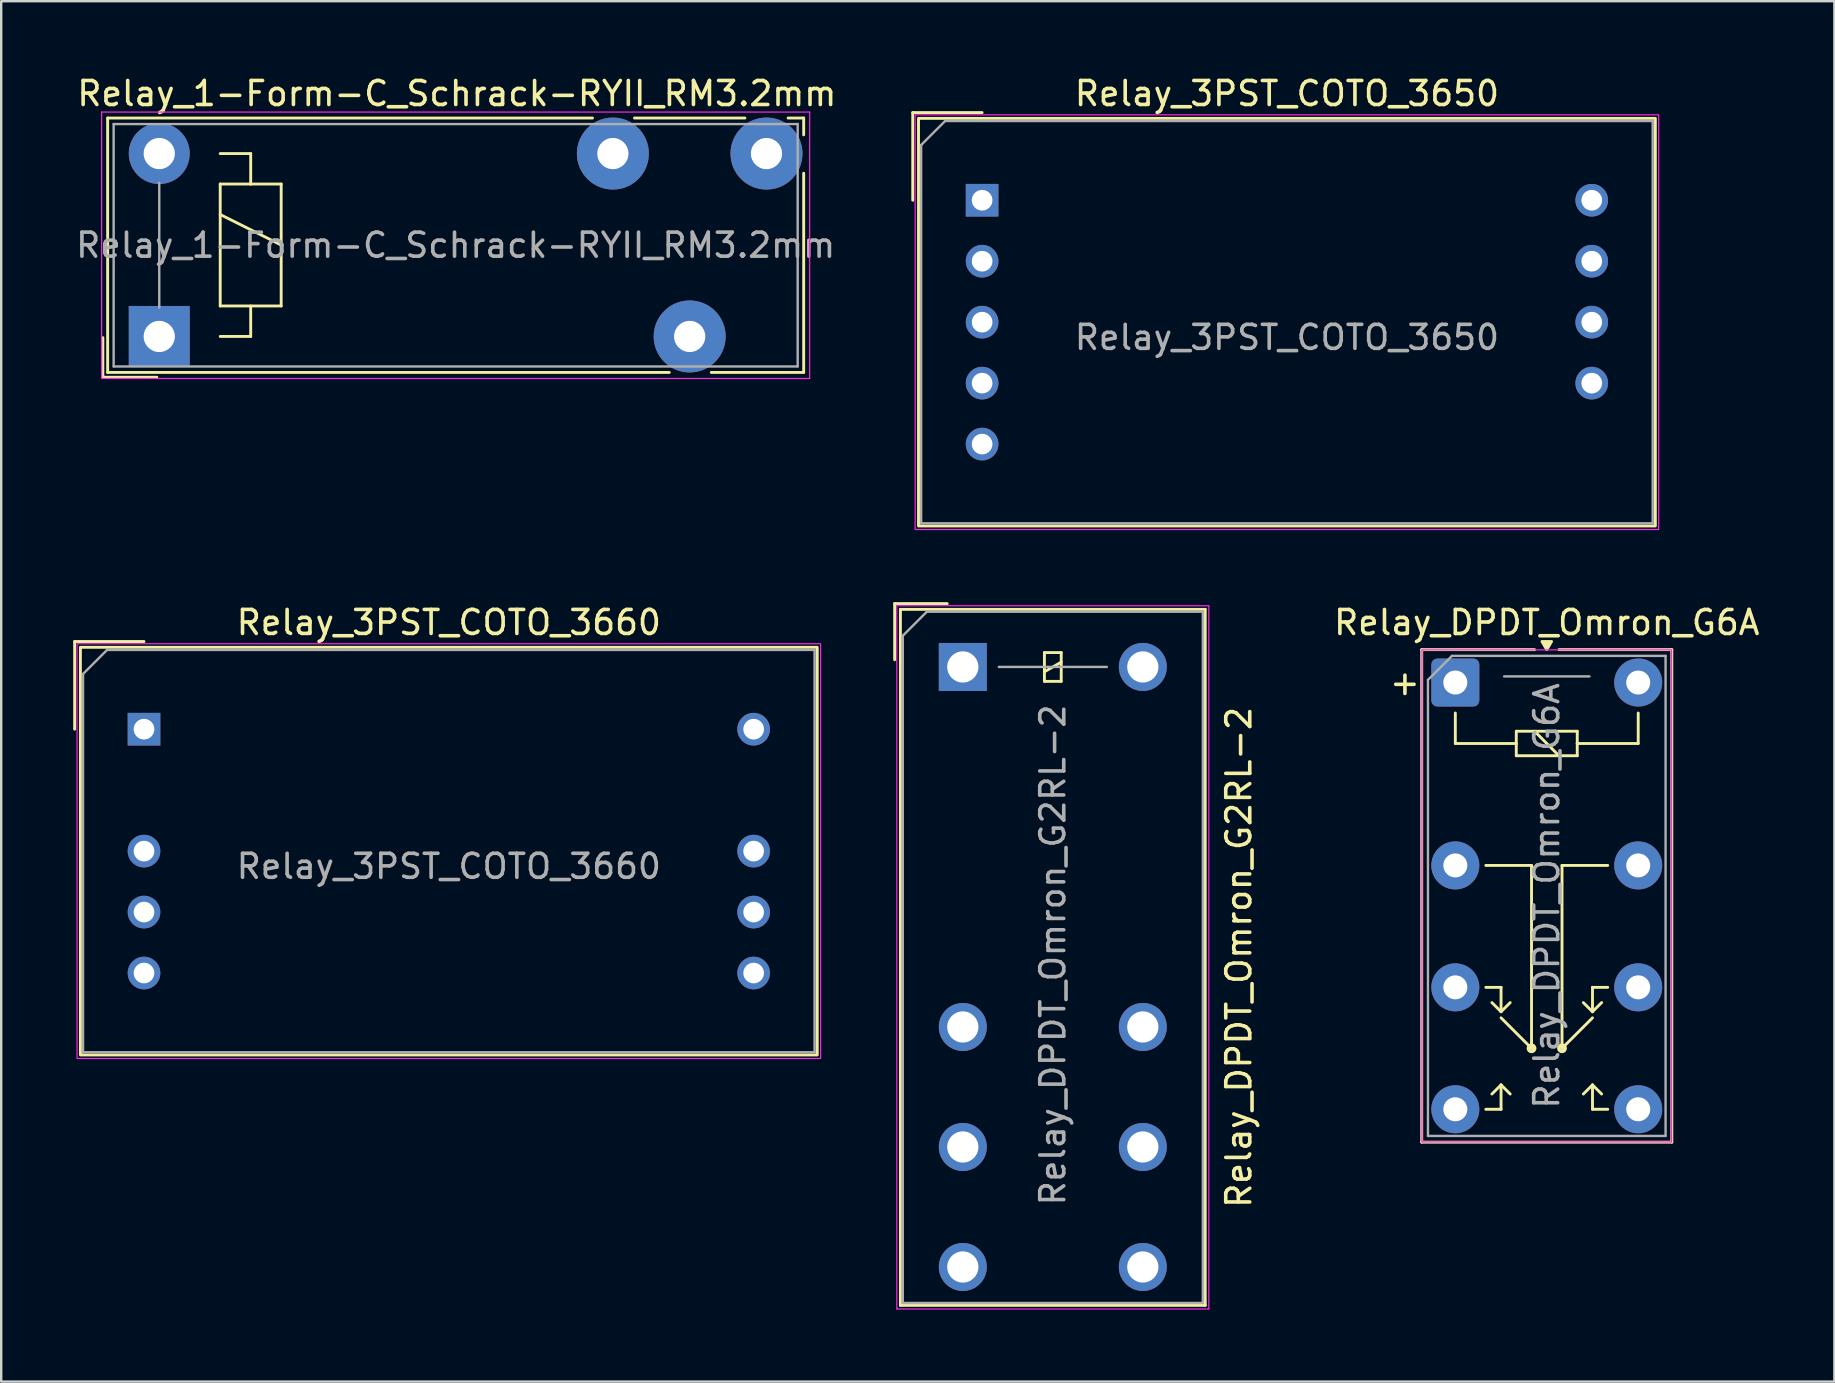
<source format=kicad_pcb>
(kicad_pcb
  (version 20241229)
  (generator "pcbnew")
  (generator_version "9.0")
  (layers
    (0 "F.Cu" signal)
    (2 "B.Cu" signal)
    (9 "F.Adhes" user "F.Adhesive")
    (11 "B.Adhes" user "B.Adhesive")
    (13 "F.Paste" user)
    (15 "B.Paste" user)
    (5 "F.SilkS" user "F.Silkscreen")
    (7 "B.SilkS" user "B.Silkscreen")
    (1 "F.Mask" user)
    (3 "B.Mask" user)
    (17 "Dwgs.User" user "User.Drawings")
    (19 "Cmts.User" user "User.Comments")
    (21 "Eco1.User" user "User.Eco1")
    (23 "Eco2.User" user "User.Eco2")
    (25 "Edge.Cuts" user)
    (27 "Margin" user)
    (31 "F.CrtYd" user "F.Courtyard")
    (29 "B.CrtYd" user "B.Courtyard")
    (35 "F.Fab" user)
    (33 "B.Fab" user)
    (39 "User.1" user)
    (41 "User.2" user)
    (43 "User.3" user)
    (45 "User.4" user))
  (footprint "Relay_1-Form-C_Schrack-RYII_RM3.2mm"
    (layer "F.Cu")
    (at 3.585 10.968)
    (property "Reference" "Relay_1-Form-C_Schrack-RYII_RM3.2mm" (at 12.4 -10.12 0) (layer "F.SilkS") (effects (font (size 1 1) (thickness 0.15))))
    (attr through_hole)
    (fp_line (start -2.35 0.05) (end -2.35 1.7) (stroke (width 0.12) (type solid)) (layer "F.SilkS"))
    (fp_line (start -2.35 1.7) (end -0.1 1.7) (stroke (width 0.12) (type solid)) (layer "F.SilkS"))
    (fp_line (start -2.15 -9.1) (end 18.05 -9.1) (stroke (width 0.12) (type solid)) (layer "F.SilkS"))
    (fp_line (start -2.15 1.5) (end -2.15 -9.1) (stroke (width 0.12) (type solid)) (layer "F.SilkS"))
    (fp_line (start 2.54 -7.62) (end 3.81 -7.62) (stroke (width 0.12) (type solid)) (layer "F.SilkS"))
    (fp_line (start 2.54 -6.35) (end 3.81 -6.35) (stroke (width 0.12) (type solid)) (layer "F.SilkS"))
    (fp_line (start 2.54 -5.08) (end 5.08 -3.81) (stroke (width 0.12) (type solid)) (layer "F.SilkS"))
    (fp_line (start 2.54 -1.27) (end 2.54 -6.35) (stroke (width 0.12) (type solid)) (layer "F.SilkS"))
    (fp_line (start 3.81 -7.62) (end 3.81 -6.35) (stroke (width 0.12) (type solid)) (layer "F.SilkS"))
    (fp_line (start 3.81 -6.35) (end 5.08 -6.35) (stroke (width 0.12) (type solid)) (layer "F.SilkS"))
    (fp_line (start 3.81 -1.27) (end 3.81 0) (stroke (width 0.12) (type solid)) (layer "F.SilkS"))
    (fp_line (start 3.81 0) (end 2.54 0) (stroke (width 0.12) (type solid)) (layer "F.SilkS"))
    (fp_line (start 5.08 -6.35) (end 5.08 -1.27) (stroke (width 0.12) (type solid)) (layer "F.SilkS"))
    (fp_line (start 5.08 -1.27) (end 2.54 -1.27) (stroke (width 0.12) (type solid)) (layer "F.SilkS"))
    (fp_line (start 19.8 -9.1) (end 24.4 -9.1) (stroke (width 0.12) (type solid)) (layer "F.SilkS"))
    (fp_line (start 21.25 1.5) (end -2.15 1.5) (stroke (width 0.12) (type solid)) (layer "F.SilkS"))
    (fp_line (start 26.2 -9.1) (end 26.85 -9.1) (stroke (width 0.12) (type solid)) (layer "F.SilkS"))
    (fp_line (start 26.85 -9.1) (end 26.85 -8.4) (stroke (width 0.12) (type solid)) (layer "F.SilkS"))
    (fp_line (start 26.85 -6.8) (end 26.85 1.5) (stroke (width 0.12) (type solid)) (layer "F.SilkS"))
    (fp_line (start 26.85 1.5) (end 23 1.5) (stroke (width 0.12) (type solid)) (layer "F.SilkS"))
    (fp_line (start -2.4 -9.35) (end -2.4 1.75) (stroke (width 0.05) (type solid)) (layer "F.CrtYd"))
    (fp_line (start -2.4 1.75) (end 27.1 1.75) (stroke (width 0.05) (type solid)) (layer "F.CrtYd"))
    (fp_line (start 27.1 -9.35) (end -2.4 -9.35) (stroke (width 0.05) (type solid)) (layer "F.CrtYd"))
    (fp_line (start 27.1 1.75) (end 27.1 -9.35) (stroke (width 0.05) (type solid)) (layer "F.CrtYd"))
    (fp_line (start -1.9 -8.85) (end 26.6 -8.85) (stroke (width 0.1) (type solid)) (layer "F.Fab"))
    (fp_line (start -1.9 1.25) (end -1.9 -8.85) (stroke (width 0.1) (type solid)) (layer "F.Fab"))
    (fp_line (start 0 -6.4) (end 0 -1.2) (stroke (width 0.1) (type solid)) (layer "F.Fab"))
    (fp_line (start 26.6 -8.85) (end 26.6 1.25) (stroke (width 0.1) (type solid)) (layer "F.Fab"))
    (fp_line (start 26.6 1.25) (end -1.9 1.25) (stroke (width 0.1) (type solid)) (layer "F.Fab"))
    (fp_text user "${REFERENCE}" (at 12.35 -3.8 0) (layer "F.Fab") (effects (font (size 1 1) (thickness 0.15))))
    (pad "11" thru_hole circle (at 22.1 0) (size 3 3) (drill 1.3) (layers "*.Cu" "*.Mask"))
    (pad "12" thru_hole circle (at 18.9 -7.62) (size 3 3) (drill 1.3) (layers "*.Cu" "*.Mask"))
    (pad "14" thru_hole circle (at 25.3 -7.62) (size 3 3) (drill 1.3) (layers "*.Cu" "*.Mask"))
    (pad "A1" thru_hole rect (at 0 0) (size 2.54 2.54) (drill 1.3) (layers "*.Cu" "*.Mask"))
    (pad "A2" thru_hole circle (at 0 -7.62) (size 2.54 2.54) (drill 1.3) (layers "*.Cu" "*.Mask")))
  (footprint "Relay_3PST_COTO_3650"
    (layer "F.Cu")
    (at 37.869 5.293)
    (property "Reference" "Relay_3PST_COTO_3650" (at 12.7 -4.445 0) (unlocked yes) (layer "F.SilkS") (effects (font (size 1 1) (thickness 0.15))))
    (attr through_hole)
    (fp_line (start -2.89 -3.652) (end 0 -3.652) (stroke (width 0.12) (type default)) (layer "F.SilkS"))
    (fp_line (start -2.89 0) (end -2.89 -3.652) (stroke (width 0.12) (type default)) (layer "F.SilkS"))
    (fp_rect (start -2.65 13.572) (end 28.05 -3.412) (stroke (width 0.12) (type default)) (fill no) (layer "F.SilkS"))
    (fp_rect (start -2.79 -3.56) (end 28.19 13.72) (stroke (width 0.05) (type default)) (fill no) (layer "F.CrtYd"))
    (fp_line (start -2.54 -2.302) (end -2.54 13.462) (stroke (width 0.1) (type default)) (layer "F.Fab"))
    (fp_line (start -2.54 13.462) (end 27.94 13.462) (stroke (width 0.1) (type default)) (layer "F.Fab"))
    (fp_line (start -1.54 -3.302) (end -2.54 -2.302) (stroke (width 0.1) (type default)) (layer "F.Fab"))
    (fp_line (start 27.94 -3.302) (end -1.54 -3.302) (stroke (width 0.1) (type default)) (layer "F.Fab"))
    (fp_line (start 27.94 13.462) (end 27.94 -3.302) (stroke (width 0.1) (type default)) (layer "F.Fab"))
    (fp_text user "${REFERENCE}" (at 12.7 5.715 0) (unlocked yes) (layer "F.Fab") (effects (font (size 1 1) (thickness 0.15))))
    (pad "13" thru_hole circle (at 0 2.54 90) (size 1.36 1.36) (drill 0.86) (layers "*.Cu" "*.Mask"))
    (pad "14" thru_hole circle (at 25.4 2.54 90) (size 1.36 1.36) (drill 0.86) (layers "*.Cu" "*.Mask"))
    (pad "23" thru_hole circle (at 0 5.08 90) (size 1.36 1.36) (drill 0.86) (layers "*.Cu" "*.Mask"))
    (pad "24" thru_hole circle (at 25.4 5.08 90) (size 1.36 1.36) (drill 0.86) (layers "*.Cu" "*.Mask"))
    (pad "33" thru_hole circle (at 0 7.62 90) (size 1.36 1.36) (drill 0.86) (layers "*.Cu" "*.Mask"))
    (pad "34" thru_hole circle (at 25.4 7.62 90) (size 1.36 1.36) (drill 0.86) (layers "*.Cu" "*.Mask"))
    (pad "A1" thru_hole rect (at 0 0 90) (size 1.36 1.36) (drill 0.86) (layers "*.Cu" "*.Mask"))
    (pad "A2" thru_hole circle (at 25.4 0 90) (size 1.36 1.36) (drill 0.86) (layers "*.Cu" "*.Mask"))
    (pad "SH" thru_hole circle (at 0 10.16 90) (size 1.36 1.36) (drill 0.86) (layers "*.Cu" "*.Mask")))
  (footprint "Relay_3PST_COTO_3660"
    (layer "F.Cu")
    (at 2.95 27.331)
    (property "Reference" "Relay_3PST_COTO_3660" (at 12.7 -4.445 0) (unlocked yes) (layer "F.SilkS") (effects (font (size 1 1) (thickness 0.15))))
    (attr through_hole)
    (fp_line (start -2.89 -3.652) (end 0 -3.652) (stroke (width 0.12) (type default)) (layer "F.SilkS"))
    (fp_line (start -2.89 0) (end -2.89 -3.652) (stroke (width 0.12) (type default)) (layer "F.SilkS"))
    (fp_rect (start -2.65 13.572) (end 28.05 -3.412) (stroke (width 0.12) (type default)) (fill no) (layer "F.SilkS"))
    (fp_rect (start -2.79 -3.56) (end 28.19 13.72) (stroke (width 0.05) (type default)) (fill no) (layer "F.CrtYd"))
    (fp_line (start -2.54 -2.302) (end -2.54 13.462) (stroke (width 0.1) (type default)) (layer "F.Fab"))
    (fp_line (start -2.54 13.462) (end 27.94 13.462) (stroke (width 0.1) (type default)) (layer "F.Fab"))
    (fp_line (start -1.54 -3.302) (end -2.54 -2.302) (stroke (width 0.1) (type default)) (layer "F.Fab"))
    (fp_line (start 27.94 -3.302) (end -1.54 -3.302) (stroke (width 0.1) (type default)) (layer "F.Fab"))
    (fp_line (start 27.94 13.462) (end 27.94 -3.302) (stroke (width 0.1) (type default)) (layer "F.Fab"))
    (fp_text user "${REFERENCE}" (at 12.7 5.715 0) (unlocked yes) (layer "F.Fab") (effects (font (size 1 1) (thickness 0.15))))
    (pad "13" thru_hole circle (at 0 5.08 90) (size 1.36 1.36) (drill 0.86) (layers "*.Cu" "*.Mask"))
    (pad "14" thru_hole circle (at 25.4 5.08 90) (size 1.36 1.36) (drill 0.86) (layers "*.Cu" "*.Mask"))
    (pad "23" thru_hole circle (at 0 7.62 90) (size 1.36 1.36) (drill 0.86) (layers "*.Cu" "*.Mask"))
    (pad "24" thru_hole circle (at 25.4 7.62 90) (size 1.36 1.36) (drill 0.86) (layers "*.Cu" "*.Mask"))
    (pad "33" thru_hole circle (at 0 10.16 90) (size 1.36 1.36) (drill 0.86) (layers "*.Cu" "*.Mask"))
    (pad "34" thru_hole circle (at 25.4 10.16 90) (size 1.36 1.36) (drill 0.86) (layers "*.Cu" "*.Mask"))
    (pad "A1" thru_hole rect (at 0 0 90) (size 1.36 1.36) (drill 0.86) (layers "*.Cu" "*.Mask"))
    (pad "A2" thru_hole circle (at 25.4 0 90) (size 1.36 1.36) (drill 0.86) (layers "*.Cu" "*.Mask")))
  (footprint "Relay_DPDT_Omron_G2RL-2"
    (layer "F.Cu")
    (at 37.065 24.738)
    (property "Reference" "Relay_DPDT_Omron_G2RL-2" (at 11.5 12.1 90) (layer "F.SilkS") (effects (font (size 1 1) (thickness 0.15))))
    (attr through_hole)
    (fp_line (start -2.84 -2.64) (end -0.65 -2.64) (stroke (width 0.12) (type solid)) (layer "F.SilkS"))
    (fp_line (start -2.84 -0.3) (end -2.84 -2.64) (stroke (width 0.12) (type solid)) (layer "F.SilkS"))
    (fp_line (start -2.6 -2.4) (end -2.6 26.6) (stroke (width 0.12) (type solid)) (layer "F.SilkS"))
    (fp_line (start -2.6 26.6) (end 10.1 26.6) (stroke (width 0.12) (type solid)) (layer "F.SilkS"))
    (fp_line (start 3.4 -0.6) (end 3.4 0.6) (stroke (width 0.12) (type solid)) (layer "F.SilkS"))
    (fp_line (start 3.4 0.2) (end 4.1 -0.2) (stroke (width 0.12) (type solid)) (layer "F.SilkS"))
    (fp_line (start 3.4 0.6) (end 4.1 0.6) (stroke (width 0.12) (type solid)) (layer "F.SilkS"))
    (fp_line (start 4.1 -0.6) (end 3.4 -0.6) (stroke (width 0.12) (type solid)) (layer "F.SilkS"))
    (fp_line (start 4.1 0.6) (end 4.1 -0.6) (stroke (width 0.12) (type solid)) (layer "F.SilkS"))
    (fp_line (start 10.1 -2.4) (end -2.6 -2.4) (stroke (width 0.12) (type solid)) (layer "F.SilkS"))
    (fp_line (start 10.1 26.6) (end 10.1 -2.4) (stroke (width 0.12) (type solid)) (layer "F.SilkS"))
    (fp_line (start -2.75 -2.55) (end -2.75 26.75) (stroke (width 0.05) (type solid)) (layer "F.CrtYd"))
    (fp_line (start -2.75 26.75) (end 10.25 26.75) (stroke (width 0.05) (type solid)) (layer "F.CrtYd"))
    (fp_line (start 10.25 -2.55) (end -2.75 -2.55) (stroke (width 0.05) (type solid)) (layer "F.CrtYd"))
    (fp_line (start 10.25 26.75) (end 10.25 -2.55) (stroke (width 0.05) (type solid)) (layer "F.CrtYd"))
    (fp_line (start -2.5 -1.3) (end -2.5 26.5) (stroke (width 0.1) (type solid)) (layer "F.Fab"))
    (fp_line (start -2.5 26.5) (end 10 26.5) (stroke (width 0.1) (type solid)) (layer "F.Fab"))
    (fp_line (start -1.5 -2.3) (end -2.5 -1.3) (stroke (width 0.1) (type solid)) (layer "F.Fab"))
    (fp_line (start 1.5 0) (end 6 0) (stroke (width 0.1) (type solid)) (layer "F.Fab"))
    (fp_line (start 10 -2.3) (end -1.5 -2.3) (stroke (width 0.1) (type solid)) (layer "F.Fab"))
    (fp_line (start 10 26.5) (end 10 -2.3) (stroke (width 0.1) (type solid)) (layer "F.Fab"))
    (fp_text user "${REFERENCE}" (at 3.75 12 90) (layer "F.Fab") (effects (font (size 1 1) (thickness 0.15))))
    (pad "11" thru_hole circle (at 0 20) (size 2 2) (drill 1.3) (layers "*.Cu" "*.Mask"))
    (pad "12" thru_hole circle (at 0 15) (size 2 2) (drill 1.3) (layers "*.Cu" "*.Mask"))
    (pad "14" thru_hole circle (at 0 25) (size 2 2) (drill 1.3) (layers "*.Cu" "*.Mask"))
    (pad "21" thru_hole circle (at 7.5 20) (size 2 2) (drill 1.3) (layers "*.Cu" "*.Mask"))
    (pad "22" thru_hole circle (at 7.5 15) (size 2 2) (drill 1.3) (layers "*.Cu" "*.Mask"))
    (pad "24" thru_hole circle (at 7.5 25) (size 2 2) (drill 1.3) (layers "*.Cu" "*.Mask"))
    (pad "A1" thru_hole rect (at 0 0) (size 2 2) (drill 1.3) (layers "*.Cu" "*.Mask"))
    (pad "A2" thru_hole circle (at 7.5 0) (size 2 2) (drill 1.3) (layers "*.Cu" "*.Mask")))
  (footprint "Relay_DPDT_Omron_G6A"
    (layer "F.Cu")
    (at 57.585 25.387)
    (property "Reference" "Relay_DPDT_Omron_G6A" (at 3.81 -2.5 0) (layer "F.SilkS") (effects (font (size 1 1) (thickness 0.15))))
    (attr through_hole)
    (fp_line (start -1.4 -1.37) (end -1.4 19.15) (stroke (width 0.12) (type solid)) (layer "F.SilkS"))
    (fp_line (start -1.4 19.15) (end 9.02 19.15) (stroke (width 0.12) (type solid)) (layer "F.SilkS"))
    (fp_line (start 0 1.27) (end 0 2.54) (stroke (width 0.12) (type solid)) (layer "F.SilkS"))
    (fp_line (start 0 2.54) (end 2.54 2.54) (stroke (width 0.12) (type solid)) (layer "F.SilkS"))
    (fp_line (start 1.27 7.62) (end 3.175 7.62) (stroke (width 0.12) (type solid)) (layer "F.SilkS"))
    (fp_line (start 1.27 12.7) (end 1.905 12.7) (stroke (width 0.12) (type solid)) (layer "F.SilkS"))
    (fp_line (start 1.27 17.78) (end 1.905 17.78) (stroke (width 0.12) (type solid)) (layer "F.SilkS"))
    (fp_line (start 1.905 12.7) (end 1.905 13.716) (stroke (width 0.12) (type solid)) (layer "F.SilkS"))
    (fp_line (start 1.905 13.716) (end 1.524 13.335) (stroke (width 0.12) (type solid)) (layer "F.SilkS"))
    (fp_line (start 1.905 13.716) (end 2.286 13.335) (stroke (width 0.12) (type solid)) (layer "F.SilkS"))
    (fp_line (start 1.905 16.764) (end 1.524 17.145) (stroke (width 0.12) (type solid)) (layer "F.SilkS"))
    (fp_line (start 1.905 16.764) (end 1.905 17.78) (stroke (width 0.12) (type solid)) (layer "F.SilkS"))
    (fp_line (start 1.905 16.764) (end 2.286 17.145) (stroke (width 0.12) (type solid)) (layer "F.SilkS"))
    (fp_line (start 2.54 2.03) (end 5.08 2.03) (stroke (width 0.12) (type solid)) (layer "F.SilkS"))
    (fp_line (start 2.54 2.54) (end 2.54 2.03) (stroke (width 0.12) (type solid)) (layer "F.SilkS"))
    (fp_line (start 2.54 3.05) (end 2.54 2.54) (stroke (width 0.12) (type solid)) (layer "F.SilkS"))
    (fp_line (start 3.175 7.62) (end 3.175 15.24) (stroke (width 0.12) (type solid)) (layer "F.SilkS"))
    (fp_line (start 3.175 15.24) (end 1.905 13.97) (stroke (width 0.12) (type solid)) (layer "F.SilkS"))
    (fp_line (start 3.302 -1.37) (end -1.4 -1.37) (stroke (width 0.12) (type solid)) (layer "F.SilkS"))
    (fp_line (start 3.302 2.03) (end 4.318 3.05) (stroke (width 0.12) (type solid)) (layer "F.SilkS"))
    (fp_line (start 4.445 7.62) (end 4.445 15.24) (stroke (width 0.12) (type solid)) (layer "F.SilkS"))
    (fp_line (start 4.445 15.24) (end 5.715 13.97) (stroke (width 0.12) (type solid)) (layer "F.SilkS"))
    (fp_line (start 5.08 2.03) (end 5.08 2.54) (stroke (width 0.12) (type solid)) (layer "F.SilkS"))
    (fp_line (start 5.08 2.54) (end 5.08 3.05) (stroke (width 0.12) (type solid)) (layer "F.SilkS"))
    (fp_line (start 5.08 2.54) (end 7.62 2.54) (stroke (width 0.12) (type solid)) (layer "F.SilkS"))
    (fp_line (start 5.08 3.05) (end 2.54 3.05) (stroke (width 0.12) (type solid)) (layer "F.SilkS"))
    (fp_line (start 5.715 12.7) (end 5.715 13.716) (stroke (width 0.12) (type solid)) (layer "F.SilkS"))
    (fp_line (start 5.715 13.716) (end 5.334 13.335) (stroke (width 0.12) (type solid)) (layer "F.SilkS"))
    (fp_line (start 5.715 13.716) (end 6.096 13.335) (stroke (width 0.12) (type solid)) (layer "F.SilkS"))
    (fp_line (start 5.715 16.764) (end 5.334 17.145) (stroke (width 0.12) (type solid)) (layer "F.SilkS"))
    (fp_line (start 5.715 16.764) (end 5.715 17.78) (stroke (width 0.12) (type solid)) (layer "F.SilkS"))
    (fp_line (start 5.715 16.764) (end 6.096 17.145) (stroke (width 0.12) (type solid)) (layer "F.SilkS"))
    (fp_line (start 6.35 7.62) (end 4.445 7.62) (stroke (width 0.12) (type solid)) (layer "F.SilkS"))
    (fp_line (start 6.35 12.7) (end 5.715 12.7) (stroke (width 0.12) (type solid)) (layer "F.SilkS"))
    (fp_line (start 6.35 17.78) (end 5.715 17.78) (stroke (width 0.12) (type solid)) (layer "F.SilkS"))
    (fp_line (start 7.62 2.54) (end 7.62 1.27) (stroke (width 0.12) (type solid)) (layer "F.SilkS"))
    (fp_line (start 9.02 -1.37) (end 4.318 -1.37) (stroke (width 0.12) (type solid)) (layer "F.SilkS"))
    (fp_line (start 9.02 19.15) (end 9.02 -1.37) (stroke (width 0.12) (type solid)) (layer "F.SilkS"))
    (fp_circle (center 3.175 15.24) (end 3.305 15.24) (stroke (width 0.15) (type solid)) (fill no) (layer "F.SilkS"))
    (fp_circle (center 4.445 15.24) (end 4.575 15.24) (stroke (width 0.15) (type solid)) (fill no) (layer "F.SilkS"))
    (fp_poly (pts (xy 3.81 -1.37) (xy 3.61 -1.709) (xy 4.01 -1.709) (xy 3.81 -1.37)) (stroke (width 0.12) (type solid)) (fill yes) (layer "F.SilkS"))
    (fp_line (start -1.39 -1.36) (end -1.39 19.14) (stroke (width 0.05) (type solid)) (layer "F.CrtYd"))
    (fp_line (start -1.39 -1.36) (end 9.01 -1.36) (stroke (width 0.05) (type solid)) (layer "F.CrtYd"))
    (fp_line (start 9.01 -1.36) (end 9.01 19.14) (stroke (width 0.05) (type solid)) (layer "F.CrtYd"))
    (fp_line (start 9.01 19.14) (end -1.39 19.14) (stroke (width 0.05) (type solid)) (layer "F.CrtYd"))
    (fp_line (start -1.14 -0.11) (end -0.14 -1.11) (stroke (width 0.1) (type solid)) (layer "F.Fab"))
    (fp_line (start -1.14 18.89) (end -1.14 -0.11) (stroke (width 0.1) (type solid)) (layer "F.Fab"))
    (fp_line (start -1.14 18.89) (end 8.76 18.89) (stroke (width 0.1) (type solid)) (layer "F.Fab"))
    (fp_line (start -0.14 -1.11) (end 8.76 -1.11) (stroke (width 0.1) (type solid)) (layer "F.Fab"))
    (fp_line (start 2.032 -0.254) (end 5.588 -0.254) (stroke (width 0.1) (type default)) (layer "F.Fab"))
    (fp_line (start 8.76 18.89) (end 8.76 -1.11) (stroke (width 0.1) (type solid)) (layer "F.Fab"))
    (fp_text user "+" (at -2.1 0 0) (unlocked yes) (layer "F.SilkS") (effects (font (size 1 1) (thickness 0.15))))
    (fp_text user "${REFERENCE}" (at 3.81 8.89 90) (layer "F.Fab") (effects (font (size 1 1) (thickness 0.15))))
    (pad "11" thru_hole circle (at 0 7.62) (size 2 2) (drill 1) (layers "*.Cu" "*.Mask"))
    (pad "12" thru_hole circle (at 0 12.7) (size 2 2) (drill 1) (layers "*.Cu" "*.Mask"))
    (pad "14" thru_hole circle (at 0 17.78) (size 2 2) (drill 1) (layers "*.Cu" "*.Mask"))
    (pad "21" thru_hole circle (at 7.62 7.62) (size 2 2) (drill 1) (layers "*.Cu" "*.Mask"))
    (pad "22" thru_hole circle (at 7.62 12.7) (size 2 2) (drill 1) (layers "*.Cu" "*.Mask"))
    (pad "24" thru_hole circle (at 7.62 17.78) (size 2 2) (drill 1) (layers "*.Cu" "*.Mask"))
    (pad "A1" thru_hole roundrect (at 0 0) (size 2 2) (drill 1) (layers "*.Cu" "*.Mask") (roundrect_rratio 0.125))
    (pad "A2" thru_hole circle (at 7.62 0) (size 2 2) (drill 1) (layers "*.Cu" "*.Mask")))
  (gr_rect
    (start -3 -3)
    (end 73.378 54.513)
    (stroke (width 0.1) (type default))
    (fill no)
    (layer "Edge.Cuts")))
</source>
